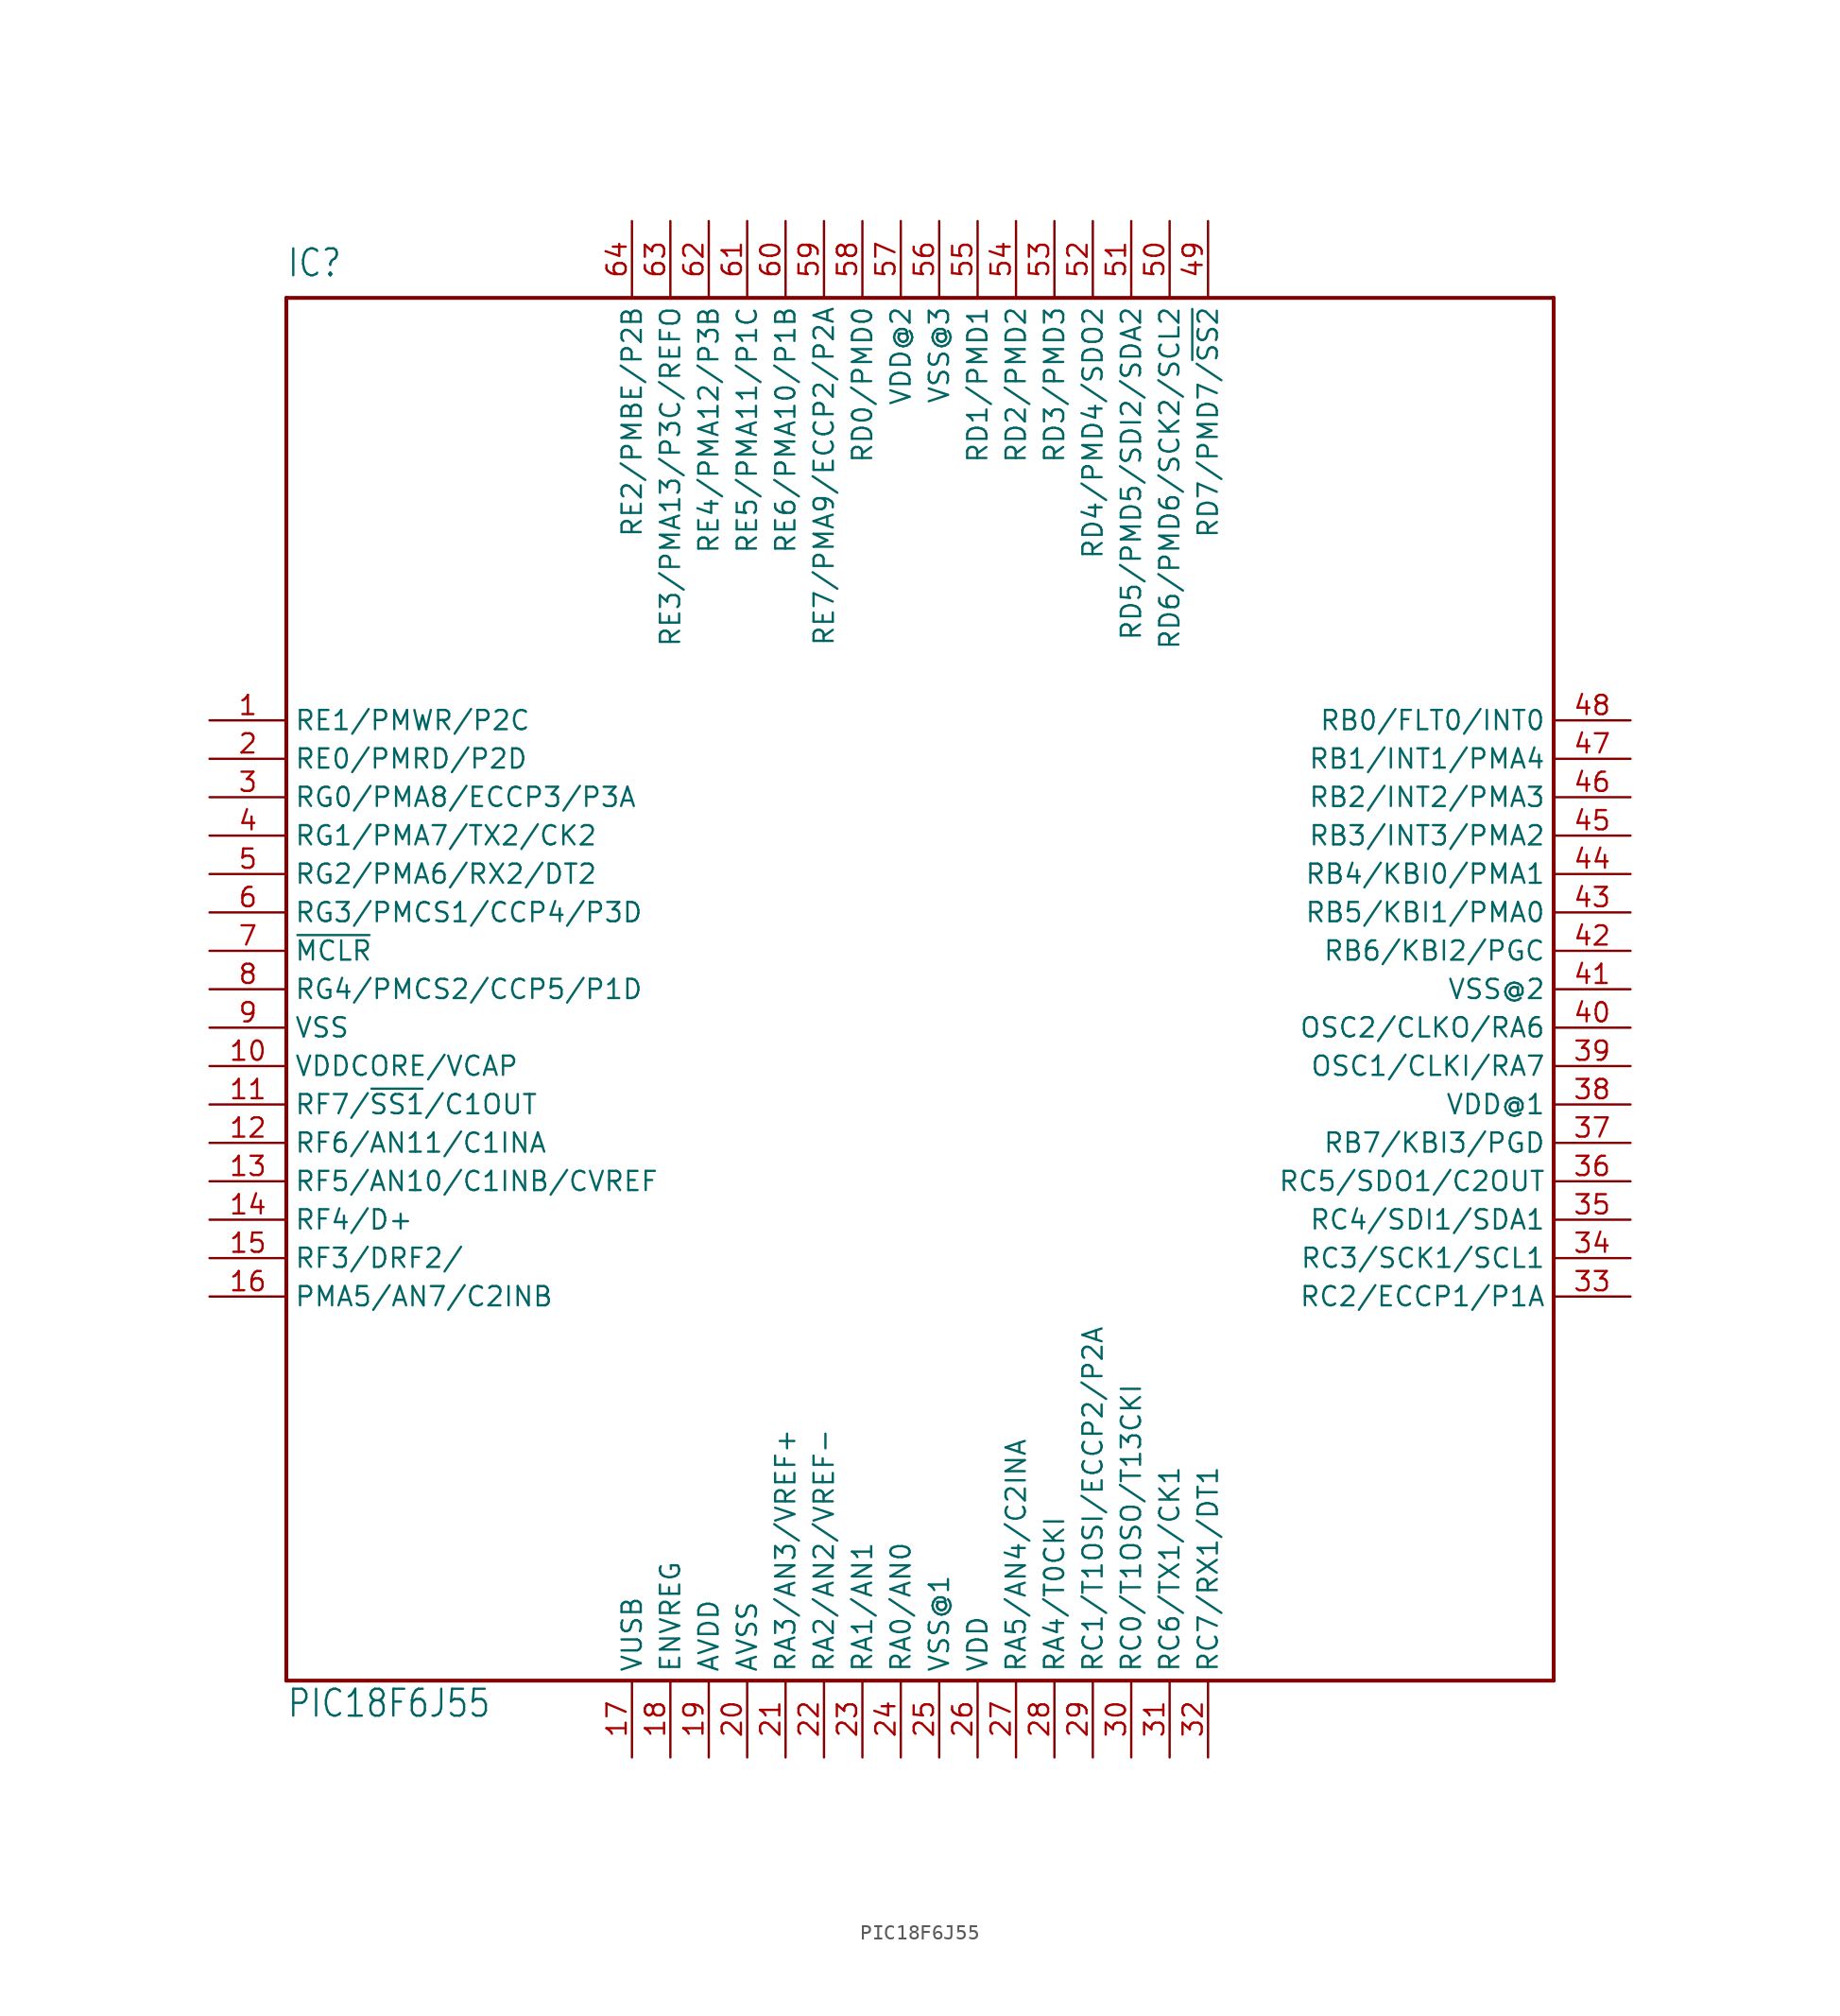
<source format=kicad_sym>
(kicad_symbol_lib
  (version 20211014)
  (generator kicad_symbol_editor)
  (symbol "PIC18F6J55"
    (property "Reference" "IC"
      (at -43.18 46.99 0)
      (effects (font (size 1.778 1.511)) (justify left bottom)))
    (property "Value" "PIC18F6J55"
      (at -43.18 -48.26 0)
      (effects (font (size 1.778 1.511)) (justify left bottom)))
    (property "ki_locked" ""
      (at 0 0 0)
      (effects (font (size 1.27 1.27))))
    (symbol "PIC18F6J55_1_0"
      (polyline (pts (xy -43.18 -45.72) (xy 40.64 -45.72)) (stroke (width 0.254) (type default) (color 0 0 0 0)) (fill (type none)))
      (polyline (pts (xy -43.18 45.72) (xy -43.18 -45.72)) (stroke (width 0.254) (type default) (color 0 0 0 0)) (fill (type none)))
      (polyline (pts (xy 40.64 -45.72) (xy 40.64 45.72)) (stroke (width 0.254) (type default) (color 0 0 0 0)) (fill (type none)))
      (polyline (pts (xy 40.64 45.72) (xy -43.18 45.72)) (stroke (width 0.254) (type default) (color 0 0 0 0)) (fill (type none)))
      (pin bidirectional line (at -48.26 17.78 0) (length 5.08) (name "RE1/PMWR/P2C" (effects (font (size 1.27 1.27)))) (number "1" (effects (font (size 1.27 1.27)))))
      (pin bidirectional line (at -48.26 -5.08 0) (length 5.08) (name "VDDCORE/VCAP" (effects (font (size 1.27 1.27)))) (number "10" (effects (font (size 1.27 1.27)))))
      (pin bidirectional line (at -48.26 -7.62 0) (length 5.08) (name "RF7/~{SS1}/C1OUT" (effects (font (size 1.27 1.27)))) (number "11" (effects (font (size 1.27 1.27)))))
      (pin bidirectional line (at -48.26 -10.16 0) (length 5.08) (name "RF6/AN11/C1INA" (effects (font (size 1.27 1.27)))) (number "12" (effects (font (size 1.27 1.27)))))
      (pin bidirectional line (at -48.26 -12.7 0) (length 5.08) (name "RF5/AN10/C1INB/CVREF" (effects (font (size 1.27 1.27)))) (number "13" (effects (font (size 1.27 1.27)))))
      (pin bidirectional line (at -48.26 -15.24 0) (length 5.08) (name "RF4/D+" (effects (font (size 1.27 1.27)))) (number "14" (effects (font (size 1.27 1.27)))))
      (pin bidirectional line (at -48.26 -17.78 0) (length 5.08) (name "RF3/DRF2/" (effects (font (size 1.27 1.27)))) (number "15" (effects (font (size 1.27 1.27)))))
      (pin bidirectional line (at -48.26 -20.32 0) (length 5.08) (name "PMA5/AN7/C2INB" (effects (font (size 1.27 1.27)))) (number "16" (effects (font (size 1.27 1.27)))))
      (pin bidirectional line (at -20.32 -50.8 90) (length 5.08) (name "VUSB" (effects (font (size 1.27 1.27)))) (number "17" (effects (font (size 1.27 1.27)))))
      (pin input line (at -17.78 -50.8 90) (length 5.08) (name "ENVREG" (effects (font (size 1.27 1.27)))) (number "18" (effects (font (size 1.27 1.27)))))
      (pin bidirectional line (at -15.24 -50.8 90) (length 5.08) (name "AVDD" (effects (font (size 1.27 1.27)))) (number "19" (effects (font (size 1.27 1.27)))))
      (pin bidirectional line (at -48.26 15.24 0) (length 5.08) (name "RE0/PMRD/P2D" (effects (font (size 1.27 1.27)))) (number "2" (effects (font (size 1.27 1.27)))))
      (pin bidirectional line (at -12.7 -50.8 90) (length 5.08) (name "AVSS" (effects (font (size 1.27 1.27)))) (number "20" (effects (font (size 1.27 1.27)))))
      (pin bidirectional line (at -10.16 -50.8 90) (length 5.08) (name "RA3/AN3/VREF+" (effects (font (size 1.27 1.27)))) (number "21" (effects (font (size 1.27 1.27)))))
      (pin bidirectional line (at -7.62 -50.8 90) (length 5.08) (name "RA2/AN2/VREF-" (effects (font (size 1.27 1.27)))) (number "22" (effects (font (size 1.27 1.27)))))
      (pin bidirectional line (at -5.08 -50.8 90) (length 5.08) (name "RA1/AN1" (effects (font (size 1.27 1.27)))) (number "23" (effects (font (size 1.27 1.27)))))
      (pin bidirectional line (at -2.54 -50.8 90) (length 5.08) (name "RA0/AN0" (effects (font (size 1.27 1.27)))) (number "24" (effects (font (size 1.27 1.27)))))
      (pin power_in line (at 0 -50.8 90) (length 5.08) (name "VSS@1" (effects (font (size 1.27 1.27)))) (number "25" (effects (font (size 1.27 1.27)))))
      (pin power_in line (at 2.54 -50.8 90) (length 5.08) (name "VDD" (effects (font (size 1.27 1.27)))) (number "26" (effects (font (size 1.27 1.27)))))
      (pin bidirectional line (at 5.08 -50.8 90) (length 5.08) (name "RA5/AN4/C2INA" (effects (font (size 1.27 1.27)))) (number "27" (effects (font (size 1.27 1.27)))))
      (pin bidirectional line (at 7.62 -50.8 90) (length 5.08) (name "RA4/T0CKI" (effects (font (size 1.27 1.27)))) (number "28" (effects (font (size 1.27 1.27)))))
      (pin bidirectional line (at 10.16 -50.8 90) (length 5.08) (name "RC1/T1OSI/ECCP2/P2A" (effects (font (size 1.27 1.27)))) (number "29" (effects (font (size 1.27 1.27)))))
      (pin bidirectional line (at -48.26 12.7 0) (length 5.08) (name "RG0/PMA8/ECCP3/P3A" (effects (font (size 1.27 1.27)))) (number "3" (effects (font (size 1.27 1.27)))))
      (pin bidirectional line (at 12.7 -50.8 90) (length 5.08) (name "RC0/T1OSO/T13CKI" (effects (font (size 1.27 1.27)))) (number "30" (effects (font (size 1.27 1.27)))))
      (pin bidirectional line (at 15.24 -50.8 90) (length 5.08) (name "RC6/TX1/CK1" (effects (font (size 1.27 1.27)))) (number "31" (effects (font (size 1.27 1.27)))))
      (pin bidirectional line (at 17.78 -50.8 90) (length 5.08) (name "RC7/RX1/DT1" (effects (font (size 1.27 1.27)))) (number "32" (effects (font (size 1.27 1.27)))))
      (pin bidirectional line (at 45.72 -20.32 180) (length 5.08) (name "RC2/ECCP1/P1A" (effects (font (size 1.27 1.27)))) (number "33" (effects (font (size 1.27 1.27)))))
      (pin bidirectional line (at 45.72 -17.78 180) (length 5.08) (name "RC3/SCK1/SCL1" (effects (font (size 1.27 1.27)))) (number "34" (effects (font (size 1.27 1.27)))))
      (pin bidirectional line (at 45.72 -15.24 180) (length 5.08) (name "RC4/SDI1/SDA1" (effects (font (size 1.27 1.27)))) (number "35" (effects (font (size 1.27 1.27)))))
      (pin bidirectional line (at 45.72 -12.7 180) (length 5.08) (name "RC5/SDO1/C2OUT" (effects (font (size 1.27 1.27)))) (number "36" (effects (font (size 1.27 1.27)))))
      (pin bidirectional line (at 45.72 -10.16 180) (length 5.08) (name "RB7/KBI3/PGD" (effects (font (size 1.27 1.27)))) (number "37" (effects (font (size 1.27 1.27)))))
      (pin power_in line (at 45.72 -7.62 180) (length 5.08) (name "VDD@1" (effects (font (size 1.27 1.27)))) (number "38" (effects (font (size 1.27 1.27)))))
      (pin bidirectional line (at 45.72 -5.08 180) (length 5.08) (name "OSC1/CLKI/RA7" (effects (font (size 1.27 1.27)))) (number "39" (effects (font (size 1.27 1.27)))))
      (pin bidirectional line (at -48.26 10.16 0) (length 5.08) (name "RG1/PMA7/TX2/CK2" (effects (font (size 1.27 1.27)))) (number "4" (effects (font (size 1.27 1.27)))))
      (pin bidirectional line (at 45.72 -2.54 180) (length 5.08) (name "OSC2/CLKO/RA6" (effects (font (size 1.27 1.27)))) (number "40" (effects (font (size 1.27 1.27)))))
      (pin power_in line (at 45.72 0 180) (length 5.08) (name "VSS@2" (effects (font (size 1.27 1.27)))) (number "41" (effects (font (size 1.27 1.27)))))
      (pin bidirectional line (at 45.72 2.54 180) (length 5.08) (name "RB6/KBI2/PGC" (effects (font (size 1.27 1.27)))) (number "42" (effects (font (size 1.27 1.27)))))
      (pin bidirectional line (at 45.72 5.08 180) (length 5.08) (name "RB5/KBI1/PMA0" (effects (font (size 1.27 1.27)))) (number "43" (effects (font (size 1.27 1.27)))))
      (pin bidirectional line (at 45.72 7.62 180) (length 5.08) (name "RB4/KBI0/PMA1" (effects (font (size 1.27 1.27)))) (number "44" (effects (font (size 1.27 1.27)))))
      (pin bidirectional line (at 45.72 10.16 180) (length 5.08) (name "RB3/INT3/PMA2" (effects (font (size 1.27 1.27)))) (number "45" (effects (font (size 1.27 1.27)))))
      (pin bidirectional line (at 45.72 12.7 180) (length 5.08) (name "RB2/INT2/PMA3" (effects (font (size 1.27 1.27)))) (number "46" (effects (font (size 1.27 1.27)))))
      (pin bidirectional line (at 45.72 15.24 180) (length 5.08) (name "RB1/INT1/PMA4" (effects (font (size 1.27 1.27)))) (number "47" (effects (font (size 1.27 1.27)))))
      (pin bidirectional line (at 45.72 17.78 180) (length 5.08) (name "RB0/FLT0/INT0" (effects (font (size 1.27 1.27)))) (number "48" (effects (font (size 1.27 1.27)))))
      (pin bidirectional line (at 17.78 50.8 270) (length 5.08) (name "RD7/PMD7/~{SS2}" (effects (font (size 1.27 1.27)))) (number "49" (effects (font (size 1.27 1.27)))))
      (pin bidirectional line (at -48.26 7.62 0) (length 5.08) (name "RG2/PMA6/RX2/DT2" (effects (font (size 1.27 1.27)))) (number "5" (effects (font (size 1.27 1.27)))))
      (pin bidirectional line (at 15.24 50.8 270) (length 5.08) (name "RD6/PMD6/SCK2/SCL2" (effects (font (size 1.27 1.27)))) (number "50" (effects (font (size 1.27 1.27)))))
      (pin bidirectional line (at 12.7 50.8 270) (length 5.08) (name "RD5/PMD5/SDI2/SDA2" (effects (font (size 1.27 1.27)))) (number "51" (effects (font (size 1.27 1.27)))))
      (pin bidirectional line (at 10.16 50.8 270) (length 5.08) (name "RD4/PMD4/SDO2" (effects (font (size 1.27 1.27)))) (number "52" (effects (font (size 1.27 1.27)))))
      (pin bidirectional line (at 7.62 50.8 270) (length 5.08) (name "RD3/PMD3" (effects (font (size 1.27 1.27)))) (number "53" (effects (font (size 1.27 1.27)))))
      (pin bidirectional line (at 5.08 50.8 270) (length 5.08) (name "RD2/PMD2" (effects (font (size 1.27 1.27)))) (number "54" (effects (font (size 1.27 1.27)))))
      (pin bidirectional line (at 2.54 50.8 270) (length 5.08) (name "RD1/PMD1" (effects (font (size 1.27 1.27)))) (number "55" (effects (font (size 1.27 1.27)))))
      (pin power_in line (at 0 50.8 270) (length 5.08) (name "VSS@3" (effects (font (size 1.27 1.27)))) (number "56" (effects (font (size 1.27 1.27)))))
      (pin power_in line (at -2.54 50.8 270) (length 5.08) (name "VDD@2" (effects (font (size 1.27 1.27)))) (number "57" (effects (font (size 1.27 1.27)))))
      (pin bidirectional line (at -5.08 50.8 270) (length 5.08) (name "RD0/PMD0" (effects (font (size 1.27 1.27)))) (number "58" (effects (font (size 1.27 1.27)))))
      (pin bidirectional line (at -7.62 50.8 270) (length 5.08) (name "RE7/PMA9/ECCP2/P2A" (effects (font (size 1.27 1.27)))) (number "59" (effects (font (size 1.27 1.27)))))
      (pin bidirectional line (at -48.26 5.08 0) (length 5.08) (name "RG3/PMCS1/CCP4/P3D" (effects (font (size 1.27 1.27)))) (number "6" (effects (font (size 1.27 1.27)))))
      (pin bidirectional line (at -10.16 50.8 270) (length 5.08) (name "RE6/PMA10/P1B" (effects (font (size 1.27 1.27)))) (number "60" (effects (font (size 1.27 1.27)))))
      (pin bidirectional line (at -12.7 50.8 270) (length 5.08) (name "RE5/PMA11/P1C" (effects (font (size 1.27 1.27)))) (number "61" (effects (font (size 1.27 1.27)))))
      (pin bidirectional line (at -15.24 50.8 270) (length 5.08) (name "RE4/PMA12/P3B" (effects (font (size 1.27 1.27)))) (number "62" (effects (font (size 1.27 1.27)))))
      (pin bidirectional line (at -17.78 50.8 270) (length 5.08) (name "RE3/PMA13/P3C/REFO" (effects (font (size 1.27 1.27)))) (number "63" (effects (font (size 1.27 1.27)))))
      (pin bidirectional line (at -20.32 50.8 270) (length 5.08) (name "RE2/PMBE/P2B" (effects (font (size 1.27 1.27)))) (number "64" (effects (font (size 1.27 1.27)))))
      (pin input line (at -48.26 2.54 0) (length 5.08) (name "~{MCLR}" (effects (font (size 1.27 1.27)))) (number "7" (effects (font (size 1.27 1.27)))))
      (pin bidirectional line (at -48.26 0 0) (length 5.08) (name "RG4/PMCS2/CCP5/P1D" (effects (font (size 1.27 1.27)))) (number "8" (effects (font (size 1.27 1.27)))))
      (pin power_in line (at -48.26 -2.54 0) (length 5.08) (name "VSS" (effects (font (size 1.27 1.27)))) (number "9" (effects (font (size 1.27 1.27))))))))
</source>
